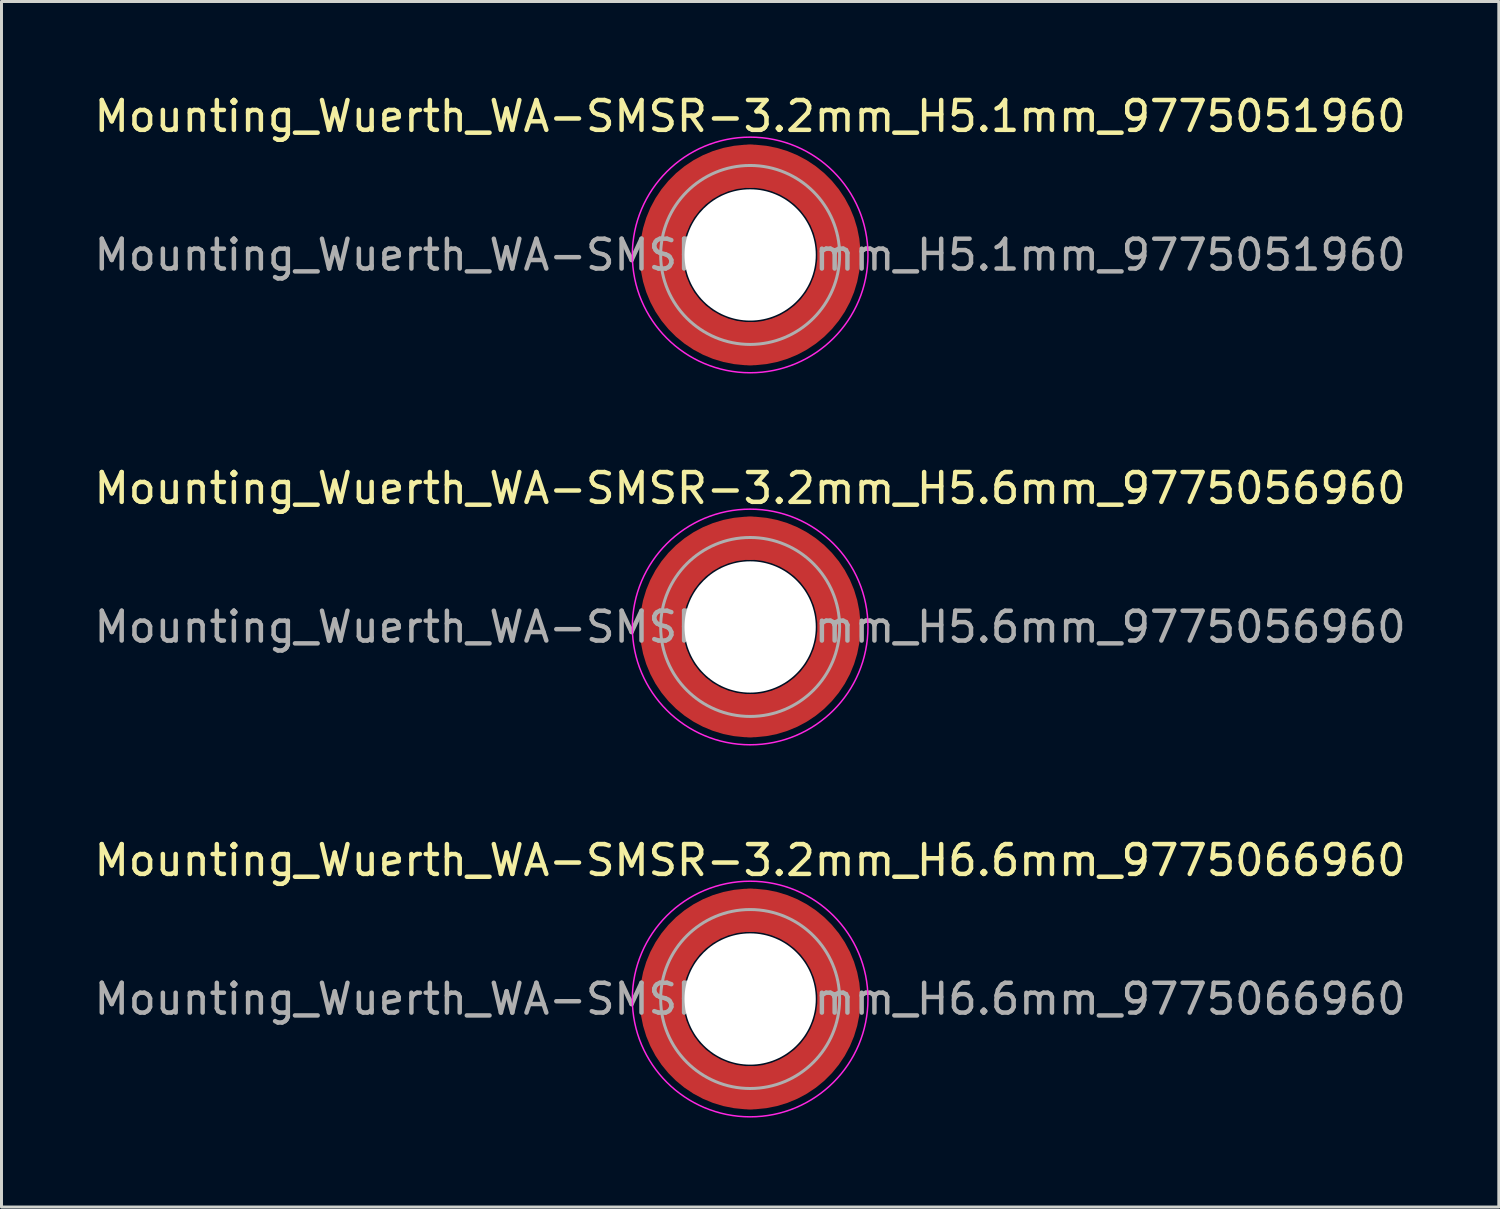
<source format=kicad_pcb>
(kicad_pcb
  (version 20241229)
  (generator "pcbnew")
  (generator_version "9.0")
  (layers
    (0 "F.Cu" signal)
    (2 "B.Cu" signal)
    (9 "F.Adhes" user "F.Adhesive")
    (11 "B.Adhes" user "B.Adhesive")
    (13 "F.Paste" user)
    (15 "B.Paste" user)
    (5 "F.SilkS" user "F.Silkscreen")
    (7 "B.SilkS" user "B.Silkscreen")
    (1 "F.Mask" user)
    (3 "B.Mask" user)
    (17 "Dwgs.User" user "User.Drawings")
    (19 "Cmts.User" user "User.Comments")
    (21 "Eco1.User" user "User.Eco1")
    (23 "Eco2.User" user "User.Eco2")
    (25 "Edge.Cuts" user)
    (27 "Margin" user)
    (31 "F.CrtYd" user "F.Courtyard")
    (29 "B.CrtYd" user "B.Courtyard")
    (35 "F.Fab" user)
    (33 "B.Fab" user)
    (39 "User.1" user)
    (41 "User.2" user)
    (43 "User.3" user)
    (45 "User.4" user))
  (footprint "Mounting_Wuerth_WA-SMSR-3.2mm_H6.6mm_9775066960"
    (layer "F.Cu")
    (at 22.101 30.445)
    (property "Reference" "Mounting_Wuerth_WA-SMSR-3.2mm_H6.6mm_9775066960" (at 0 -4.65 0) (layer "F.SilkS") (effects (font (size 1 1) (thickness 0.15))))
    (attr smd)
    (fp_circle (center 0 0) (end 3.95 0) (stroke (width 0.05) (type solid)) (fill no) (layer "F.CrtYd"))
    (fp_circle (center 0 0) (end 3 0) (stroke (width 0.1) (type solid)) (fill no) (layer "F.Fab"))
    (fp_text user "${REFERENCE}" (at 0 0 0) (layer "F.Fab") (effects (font (size 1 1) (thickness 0.15))))
    (pad "" smd custom (at -2.095 -2.095) (size 1.345 1.345) (layers "F.Paste") (options (anchor circle)) (primitives (gr_arc (start -0.24231 1.594804) (mid 0.404819 0.404819) (end 1.594804 -0.24231) (width 0.2)) (gr_arc (start -0.3398 1.594804) (mid 0.337349 0.337349) (end 1.594804 -0.3398) (width 0.2)) (gr_arc (start -0.437132 1.594804) (mid 0.269879 0.269879) (end 1.594804 -0.437132) (width 0.2)) (gr_arc (start -0.534324 1.594804) (mid 0.202409 0.202409) (end 1.594804 -0.534324) (width 0.2)) (gr_arc (start -0.631391 1.594804) (mid 0.134939 0.134939) (end 1.594804 -0.631391) (width 0.2)) (gr_arc (start -0.728345 1.594804) (mid 0.06747 0.06747) (end 1.594804 -0.728345) (width 0.2)) (gr_arc (start -0.825197 1.594804) (mid 0 0) (end 1.594804 -0.825197) (width 0.2)) (gr_arc (start -0.921958 1.594804) (mid -0.067469 -0.067469) (end 1.594804 -0.921958) (width 0.2)) (gr_arc (start -1.018637 1.594804) (mid -0.13494 -0.13494) (end 1.594804 -1.018637) (width 0.2)) (gr_arc (start -1.115239 1.594804) (mid -0.202409 -0.202409) (end 1.594804 -1.115239) (width 0.2)) (gr_arc (start -1.211773 1.594804) (mid -0.269879 -0.269879) (end 1.594804 -1.211773) (width 0.2)) (gr_arc (start -1.308244 1.594804) (mid -0.337349 -0.337349) (end 1.594804 -1.308244) (width 0.2)) (gr_arc (start -1.404657 1.594804) (mid -0.404819 -0.404819) (end 1.594804 -1.404657) (width 0.2)) (gr_arc (start -1.404657 1.594804) (mid -0.404819 -0.404819) (end 1.594804 -1.404657) (width 0.2)) (gr_line (start 1.595 -0.242) (end 1.595 -1.405) (width 0.2)) (gr_line (start -0.242 1.595) (end -1.405 1.595) (width 0.2))))
    (pad "" smd custom (at -2.095 2.095) (size 1.345 1.345) (layers "F.Paste") (options (anchor circle)) (primitives (gr_arc (start 1.594804 0.24231) (mid 0.404819 -0.404819) (end -0.24231 -1.594804) (width 0.2)) (gr_arc (start 1.594804 0.3398) (mid 0.337349 -0.337349) (end -0.3398 -1.594804) (width 0.2)) (gr_arc (start 1.594804 0.437132) (mid 0.269879 -0.269879) (end -0.437132 -1.594804) (width 0.2)) (gr_arc (start 1.594804 0.534324) (mid 0.202409 -0.202409) (end -0.534324 -1.594804) (width 0.2)) (gr_arc (start 1.594804 0.631391) (mid 0.134939 -0.134939) (end -0.631391 -1.594804) (width 0.2)) (gr_arc (start 1.594804 0.728345) (mid 0.06747 -0.06747) (end -0.728345 -1.594804) (width 0.2)) (gr_arc (start 1.594804 0.825197) (mid 0 0) (end -0.825197 -1.594804) (width 0.2)) (gr_arc (start 1.594804 0.921958) (mid -0.067469 0.067469) (end -0.921958 -1.594804) (width 0.2)) (gr_arc (start 1.594804 1.018637) (mid -0.13494 0.13494) (end -1.018637 -1.594804) (width 0.2)) (gr_arc (start 1.594804 1.115239) (mid -0.202409 0.202409) (end -1.115239 -1.594804) (width 0.2)) (gr_arc (start 1.594804 1.211773) (mid -0.269879 0.269879) (end -1.211773 -1.594804) (width 0.2)) (gr_arc (start 1.594804 1.308244) (mid -0.337349 0.337349) (end -1.308244 -1.594804) (width 0.2)) (gr_arc (start 1.594804 1.404657) (mid -0.404819 0.404819) (end -1.404657 -1.594804) (width 0.2)) (gr_arc (start 1.594804 1.404657) (mid -0.404819 0.404819) (end -1.404657 -1.594804) (width 0.2)) (gr_line (start -0.242 -1.595) (end -1.405 -1.595) (width 0.2)) (gr_line (start 1.595 0.242) (end 1.595 1.405) (width 0.2))))
    (pad "" np_thru_hole circle (at 0 0) (size 4.4 4.4) (drill 4.4) (layers "*.Cu" "*.Mask"))
    (pad "" smd custom (at 2.095 -2.095) (size 1.345 1.345) (layers "F.Paste") (options (anchor circle)) (primitives (gr_arc (start -1.594804 -0.24231) (mid -0.404819 0.404819) (end 0.24231 1.594804) (width 0.2)) (gr_arc (start -1.594804 -0.3398) (mid -0.337349 0.337349) (end 0.3398 1.594804) (width 0.2)) (gr_arc (start -1.594804 -0.437132) (mid -0.269879 0.269879) (end 0.437132 1.594804) (width 0.2)) (gr_arc (start -1.594804 -0.534324) (mid -0.202409 0.202409) (end 0.534324 1.594804) (width 0.2)) (gr_arc (start -1.594804 -0.631391) (mid -0.134939 0.134939) (end 0.631391 1.594804) (width 0.2)) (gr_arc (start -1.594804 -0.728345) (mid -0.06747 0.06747) (end 0.728345 1.594804) (width 0.2)) (gr_arc (start -1.594804 -0.825197) (mid 0 0) (end 0.825197 1.594804) (width 0.2)) (gr_arc (start -1.594804 -0.921958) (mid 0.067469 -0.067469) (end 0.921958 1.594804) (width 0.2)) (gr_arc (start -1.594804 -1.018637) (mid 0.13494 -0.13494) (end 1.018637 1.594804) (width 0.2)) (gr_arc (start -1.594804 -1.115239) (mid 0.202409 -0.202409) (end 1.115239 1.594804) (width 0.2)) (gr_arc (start -1.594804 -1.211773) (mid 0.269879 -0.269879) (end 1.211773 1.594804) (width 0.2)) (gr_arc (start -1.594804 -1.308244) (mid 0.337349 -0.337349) (end 1.308244 1.594804) (width 0.2)) (gr_arc (start -1.594804 -1.404657) (mid 0.404819 -0.404819) (end 1.404657 1.594804) (width 0.2)) (gr_arc (start -1.594804 -1.404657) (mid 0.404819 -0.404819) (end 1.404657 1.594804) (width 0.2)) (gr_line (start 0.242 1.595) (end 1.405 1.595) (width 0.2)) (gr_line (start -1.595 -0.242) (end -1.595 -1.405) (width 0.2))))
    (pad "" smd custom (at 2.095 2.095) (size 1.345 1.345) (layers "F.Paste") (options (anchor circle)) (primitives (gr_arc (start 0.24231 -1.594804) (mid -0.404819 -0.404819) (end -1.594804 0.24231) (width 0.2)) (gr_arc (start 0.3398 -1.594804) (mid -0.337349 -0.337349) (end -1.594804 0.3398) (width 0.2)) (gr_arc (start 0.437132 -1.594804) (mid -0.269879 -0.269879) (end -1.594804 0.437132) (width 0.2)) (gr_arc (start 0.534324 -1.594804) (mid -0.202409 -0.202409) (end -1.594804 0.534324) (width 0.2)) (gr_arc (start 0.631391 -1.594804) (mid -0.134939 -0.134939) (end -1.594804 0.631391) (width 0.2)) (gr_arc (start 0.728345 -1.594804) (mid -0.06747 -0.06747) (end -1.594804 0.728345) (width 0.2)) (gr_arc (start 0.825197 -1.594804) (mid 0 0) (end -1.594804 0.825197) (width 0.2)) (gr_arc (start 0.921958 -1.594804) (mid 0.067469 0.067469) (end -1.594804 0.921958) (width 0.2)) (gr_arc (start 1.018637 -1.594804) (mid 0.13494 0.13494) (end -1.594804 1.018637) (width 0.2)) (gr_arc (start 1.115239 -1.594804) (mid 0.202409 0.202409) (end -1.594804 1.115239) (width 0.2)) (gr_arc (start 1.211773 -1.594804) (mid 0.269879 0.269879) (end -1.594804 1.211773) (width 0.2)) (gr_arc (start 1.308244 -1.594804) (mid 0.337349 0.337349) (end -1.594804 1.308244) (width 0.2)) (gr_arc (start 1.404657 -1.594804) (mid 0.404819 0.404819) (end -1.594804 1.404657) (width 0.2)) (gr_arc (start 1.404657 -1.594804) (mid 0.404819 0.404819) (end -1.594804 1.404657) (width 0.2)) (gr_line (start -1.595 0.242) (end -1.595 1.405) (width 0.2)) (gr_line (start 0.242 -1.595) (end 1.405 -1.595) (width 0.2))))
    (pad "1" smd circle (at -2.975 0) (size 1.45 1.45) (layers "F.Cu"))
    (pad "1" smd circle (at 0 -2.975) (size 1.45 1.45) (layers "F.Cu"))
    (pad "1" smd circle (at 0 2.975) (size 1.45 1.45) (layers "F.Cu"))
    (pad "1" smd custom (at 2.975 0) (size 1.45 1.45) (layers "F.Cu" "F.Mask") (options (anchor circle)) (primitives (gr_circle (center -2.975 0) (end 0 0) (width 1.45) (fill no)))))
  (footprint "Mounting_Wuerth_WA-SMSR-3.2mm_H5.1mm_9775051960"
    (layer "F.Cu")
    (at 22.101 5.498)
    (property "Reference" "Mounting_Wuerth_WA-SMSR-3.2mm_H5.1mm_9775051960" (at 0 -4.65 0) (layer "F.SilkS") (effects (font (size 1 1) (thickness 0.15))))
    (attr smd)
    (fp_circle (center 0 0) (end 3.95 0) (stroke (width 0.05) (type solid)) (fill no) (layer "F.CrtYd"))
    (fp_circle (center 0 0) (end 3 0) (stroke (width 0.1) (type solid)) (fill no) (layer "F.Fab"))
    (fp_text user "${REFERENCE}" (at 0 0 0) (layer "F.Fab") (effects (font (size 1 1) (thickness 0.15))))
    (pad "" smd custom (at -2.095 -2.095) (size 1.345 1.345) (layers "F.Paste") (options (anchor circle)) (primitives (gr_arc (start -0.426133 1.358554) (mid 0.237765 0.237765) (end 1.358554 -0.426133) (width 0.6725)) (gr_arc (start -0.774751 1.358554) (mid 0 0) (end 1.358554 -0.774751) (width 0.6725)) (gr_arc (start -1.120735 1.358554) (mid -0.237765 -0.237765) (end 1.358554 -1.120735) (width 0.6725)) (gr_arc (start -1.120735 1.358554) (mid -0.237765 -0.237765) (end 1.358554 -1.120735) (width 0.6725)) (gr_line (start 1.359 -0.426) (end 1.359 -1.121) (width 0.672)) (gr_line (start -0.426 1.359) (end -1.121 1.359) (width 0.672))))
    (pad "" smd custom (at -2.095 2.095) (size 1.345 1.345) (layers "F.Paste") (options (anchor circle)) (primitives (gr_arc (start 1.358554 0.426133) (mid 0.237765 -0.237765) (end -0.426133 -1.358554) (width 0.6725)) (gr_arc (start 1.358554 0.774751) (mid 0 0) (end -0.774751 -1.358554) (width 0.6725)) (gr_arc (start 1.358554 1.120735) (mid -0.237765 0.237765) (end -1.120735 -1.358554) (width 0.6725)) (gr_arc (start 1.358554 1.120735) (mid -0.237765 0.237765) (end -1.120735 -1.358554) (width 0.6725)) (gr_line (start -0.426 -1.359) (end -1.121 -1.359) (width 0.672)) (gr_line (start 1.359 0.426) (end 1.359 1.121) (width 0.672))))
    (pad "" np_thru_hole circle (at 0 0) (size 4.4 4.4) (drill 4.4) (layers "*.Cu" "*.Mask"))
    (pad "" smd custom (at 2.095 -2.095) (size 1.345 1.345) (layers "F.Paste") (options (anchor circle)) (primitives (gr_arc (start -1.358554 -0.426133) (mid -0.237765 0.237765) (end 0.426133 1.358554) (width 0.6725)) (gr_arc (start -1.358554 -0.774751) (mid 0 0) (end 0.774751 1.358554) (width 0.6725)) (gr_arc (start -1.358554 -1.120735) (mid 0.237765 -0.237765) (end 1.120735 1.358554) (width 0.6725)) (gr_arc (start -1.358554 -1.120735) (mid 0.237765 -0.237765) (end 1.120735 1.358554) (width 0.6725)) (gr_line (start 0.426 1.359) (end 1.121 1.359) (width 0.672)) (gr_line (start -1.359 -0.426) (end -1.359 -1.121) (width 0.672))))
    (pad "" smd custom (at 2.095 2.095) (size 1.345 1.345) (layers "F.Paste") (options (anchor circle)) (primitives (gr_arc (start 0.426133 -1.358554) (mid -0.237765 -0.237765) (end -1.358554 0.426133) (width 0.6725)) (gr_arc (start 0.774751 -1.358554) (mid 0 0) (end -1.358554 0.774751) (width 0.6725)) (gr_arc (start 1.120735 -1.358554) (mid 0.237765 0.237765) (end -1.358554 1.120735) (width 0.6725)) (gr_arc (start 1.120735 -1.358554) (mid 0.237765 0.237765) (end -1.358554 1.120735) (width 0.6725)) (gr_line (start -1.359 0.426) (end -1.359 1.121) (width 0.672)) (gr_line (start 0.426 -1.359) (end 1.121 -1.359) (width 0.672))))
    (pad "1" smd circle (at -2.975 0) (size 1.45 1.45) (layers "F.Cu"))
    (pad "1" smd circle (at 0 -2.975) (size 1.45 1.45) (layers "F.Cu"))
    (pad "1" smd circle (at 0 2.975) (size 1.45 1.45) (layers "F.Cu"))
    (pad "1" smd custom (at 2.975 0) (size 1.45 1.45) (layers "F.Cu" "F.Mask") (options (anchor circle)) (primitives (gr_circle (center -2.975 0) (end 0 0) (width 1.45) (fill no)))))
  (footprint "Mounting_Wuerth_WA-SMSR-3.2mm_H5.6mm_9775056960"
    (layer "F.Cu")
    (at 22.101 17.971)
    (property "Reference" "Mounting_Wuerth_WA-SMSR-3.2mm_H5.6mm_9775056960" (at 0 -4.65 0) (layer "F.SilkS") (effects (font (size 1 1) (thickness 0.15))))
    (attr smd)
    (fp_circle (center 0 0) (end 3.95 0) (stroke (width 0.05) (type solid)) (fill no) (layer "F.CrtYd"))
    (fp_circle (center 0 0) (end 3 0) (stroke (width 0.1) (type solid)) (fill no) (layer "F.Fab"))
    (fp_text user "${REFERENCE}" (at 0 0 0) (layer "F.Fab") (effects (font (size 1 1) (thickness 0.15))))
    (pad "" smd custom (at -2.095 -2.095) (size 1.345 1.345) (layers "F.Paste") (options (anchor circle)) (primitives (gr_arc (start -0.24231 1.594804) (mid 0.404819 0.404819) (end 1.594804 -0.24231) (width 0.2)) (gr_arc (start -0.3398 1.594804) (mid 0.337349 0.337349) (end 1.594804 -0.3398) (width 0.2)) (gr_arc (start -0.437132 1.594804) (mid 0.269879 0.269879) (end 1.594804 -0.437132) (width 0.2)) (gr_arc (start -0.534324 1.594804) (mid 0.202409 0.202409) (end 1.594804 -0.534324) (width 0.2)) (gr_arc (start -0.631391 1.594804) (mid 0.134939 0.134939) (end 1.594804 -0.631391) (width 0.2)) (gr_arc (start -0.728345 1.594804) (mid 0.06747 0.06747) (end 1.594804 -0.728345) (width 0.2)) (gr_arc (start -0.825197 1.594804) (mid 0 0) (end 1.594804 -0.825197) (width 0.2)) (gr_arc (start -0.921958 1.594804) (mid -0.067469 -0.067469) (end 1.594804 -0.921958) (width 0.2)) (gr_arc (start -1.018637 1.594804) (mid -0.13494 -0.13494) (end 1.594804 -1.018637) (width 0.2)) (gr_arc (start -1.115239 1.594804) (mid -0.202409 -0.202409) (end 1.594804 -1.115239) (width 0.2)) (gr_arc (start -1.211773 1.594804) (mid -0.269879 -0.269879) (end 1.594804 -1.211773) (width 0.2)) (gr_arc (start -1.308244 1.594804) (mid -0.337349 -0.337349) (end 1.594804 -1.308244) (width 0.2)) (gr_arc (start -1.404657 1.594804) (mid -0.404819 -0.404819) (end 1.594804 -1.404657) (width 0.2)) (gr_arc (start -1.404657 1.594804) (mid -0.404819 -0.404819) (end 1.594804 -1.404657) (width 0.2)) (gr_line (start 1.595 -0.242) (end 1.595 -1.405) (width 0.2)) (gr_line (start -0.242 1.595) (end -1.405 1.595) (width 0.2))))
    (pad "" smd custom (at -2.095 2.095) (size 1.345 1.345) (layers "F.Paste") (options (anchor circle)) (primitives (gr_arc (start 1.594804 0.24231) (mid 0.404819 -0.404819) (end -0.24231 -1.594804) (width 0.2)) (gr_arc (start 1.594804 0.3398) (mid 0.337349 -0.337349) (end -0.3398 -1.594804) (width 0.2)) (gr_arc (start 1.594804 0.437132) (mid 0.269879 -0.269879) (end -0.437132 -1.594804) (width 0.2)) (gr_arc (start 1.594804 0.534324) (mid 0.202409 -0.202409) (end -0.534324 -1.594804) (width 0.2)) (gr_arc (start 1.594804 0.631391) (mid 0.134939 -0.134939) (end -0.631391 -1.594804) (width 0.2)) (gr_arc (start 1.594804 0.728345) (mid 0.06747 -0.06747) (end -0.728345 -1.594804) (width 0.2)) (gr_arc (start 1.594804 0.825197) (mid 0 0) (end -0.825197 -1.594804) (width 0.2)) (gr_arc (start 1.594804 0.921958) (mid -0.067469 0.067469) (end -0.921958 -1.594804) (width 0.2)) (gr_arc (start 1.594804 1.018637) (mid -0.13494 0.13494) (end -1.018637 -1.594804) (width 0.2)) (gr_arc (start 1.594804 1.115239) (mid -0.202409 0.202409) (end -1.115239 -1.594804) (width 0.2)) (gr_arc (start 1.594804 1.211773) (mid -0.269879 0.269879) (end -1.211773 -1.594804) (width 0.2)) (gr_arc (start 1.594804 1.308244) (mid -0.337349 0.337349) (end -1.308244 -1.594804) (width 0.2)) (gr_arc (start 1.594804 1.404657) (mid -0.404819 0.404819) (end -1.404657 -1.594804) (width 0.2)) (gr_arc (start 1.594804 1.404657) (mid -0.404819 0.404819) (end -1.404657 -1.594804) (width 0.2)) (gr_line (start -0.242 -1.595) (end -1.405 -1.595) (width 0.2)) (gr_line (start 1.595 0.242) (end 1.595 1.405) (width 0.2))))
    (pad "" np_thru_hole circle (at 0 0) (size 4.4 4.4) (drill 4.4) (layers "*.Cu" "*.Mask"))
    (pad "" smd custom (at 2.095 -2.095) (size 1.345 1.345) (layers "F.Paste") (options (anchor circle)) (primitives (gr_arc (start -1.594804 -0.24231) (mid -0.404819 0.404819) (end 0.24231 1.594804) (width 0.2)) (gr_arc (start -1.594804 -0.3398) (mid -0.337349 0.337349) (end 0.3398 1.594804) (width 0.2)) (gr_arc (start -1.594804 -0.437132) (mid -0.269879 0.269879) (end 0.437132 1.594804) (width 0.2)) (gr_arc (start -1.594804 -0.534324) (mid -0.202409 0.202409) (end 0.534324 1.594804) (width 0.2)) (gr_arc (start -1.594804 -0.631391) (mid -0.134939 0.134939) (end 0.631391 1.594804) (width 0.2)) (gr_arc (start -1.594804 -0.728345) (mid -0.06747 0.06747) (end 0.728345 1.594804) (width 0.2)) (gr_arc (start -1.594804 -0.825197) (mid 0 0) (end 0.825197 1.594804) (width 0.2)) (gr_arc (start -1.594804 -0.921958) (mid 0.067469 -0.067469) (end 0.921958 1.594804) (width 0.2)) (gr_arc (start -1.594804 -1.018637) (mid 0.13494 -0.13494) (end 1.018637 1.594804) (width 0.2)) (gr_arc (start -1.594804 -1.115239) (mid 0.202409 -0.202409) (end 1.115239 1.594804) (width 0.2)) (gr_arc (start -1.594804 -1.211773) (mid 0.269879 -0.269879) (end 1.211773 1.594804) (width 0.2)) (gr_arc (start -1.594804 -1.308244) (mid 0.337349 -0.337349) (end 1.308244 1.594804) (width 0.2)) (gr_arc (start -1.594804 -1.404657) (mid 0.404819 -0.404819) (end 1.404657 1.594804) (width 0.2)) (gr_arc (start -1.594804 -1.404657) (mid 0.404819 -0.404819) (end 1.404657 1.594804) (width 0.2)) (gr_line (start 0.242 1.595) (end 1.405 1.595) (width 0.2)) (gr_line (start -1.595 -0.242) (end -1.595 -1.405) (width 0.2))))
    (pad "" smd custom (at 2.095 2.095) (size 1.345 1.345) (layers "F.Paste") (options (anchor circle)) (primitives (gr_arc (start 0.24231 -1.594804) (mid -0.404819 -0.404819) (end -1.594804 0.24231) (width 0.2)) (gr_arc (start 0.3398 -1.594804) (mid -0.337349 -0.337349) (end -1.594804 0.3398) (width 0.2)) (gr_arc (start 0.437132 -1.594804) (mid -0.269879 -0.269879) (end -1.594804 0.437132) (width 0.2)) (gr_arc (start 0.534324 -1.594804) (mid -0.202409 -0.202409) (end -1.594804 0.534324) (width 0.2)) (gr_arc (start 0.631391 -1.594804) (mid -0.134939 -0.134939) (end -1.594804 0.631391) (width 0.2)) (gr_arc (start 0.728345 -1.594804) (mid -0.06747 -0.06747) (end -1.594804 0.728345) (width 0.2)) (gr_arc (start 0.825197 -1.594804) (mid 0 0) (end -1.594804 0.825197) (width 0.2)) (gr_arc (start 0.921958 -1.594804) (mid 0.067469 0.067469) (end -1.594804 0.921958) (width 0.2)) (gr_arc (start 1.018637 -1.594804) (mid 0.13494 0.13494) (end -1.594804 1.018637) (width 0.2)) (gr_arc (start 1.115239 -1.594804) (mid 0.202409 0.202409) (end -1.594804 1.115239) (width 0.2)) (gr_arc (start 1.211773 -1.594804) (mid 0.269879 0.269879) (end -1.594804 1.211773) (width 0.2)) (gr_arc (start 1.308244 -1.594804) (mid 0.337349 0.337349) (end -1.594804 1.308244) (width 0.2)) (gr_arc (start 1.404657 -1.594804) (mid 0.404819 0.404819) (end -1.594804 1.404657) (width 0.2)) (gr_arc (start 1.404657 -1.594804) (mid 0.404819 0.404819) (end -1.594804 1.404657) (width 0.2)) (gr_line (start -1.595 0.242) (end -1.595 1.405) (width 0.2)) (gr_line (start 0.242 -1.595) (end 1.405 -1.595) (width 0.2))))
    (pad "1" smd circle (at -2.975 0) (size 1.45 1.45) (layers "F.Cu"))
    (pad "1" smd circle (at 0 -2.975) (size 1.45 1.45) (layers "F.Cu"))
    (pad "1" smd circle (at 0 2.975) (size 1.45 1.45) (layers "F.Cu"))
    (pad "1" smd custom (at 2.975 0) (size 1.45 1.45) (layers "F.Cu" "F.Mask") (options (anchor circle)) (primitives (gr_circle (center -2.975 0) (end 0 0) (width 1.45) (fill no)))))
  (gr_rect
    (start -3 -3)
    (end 47.202 37.42)
    (stroke (width 0.1) (type default))
    (fill no)
    (layer "Edge.Cuts")))
</source>
